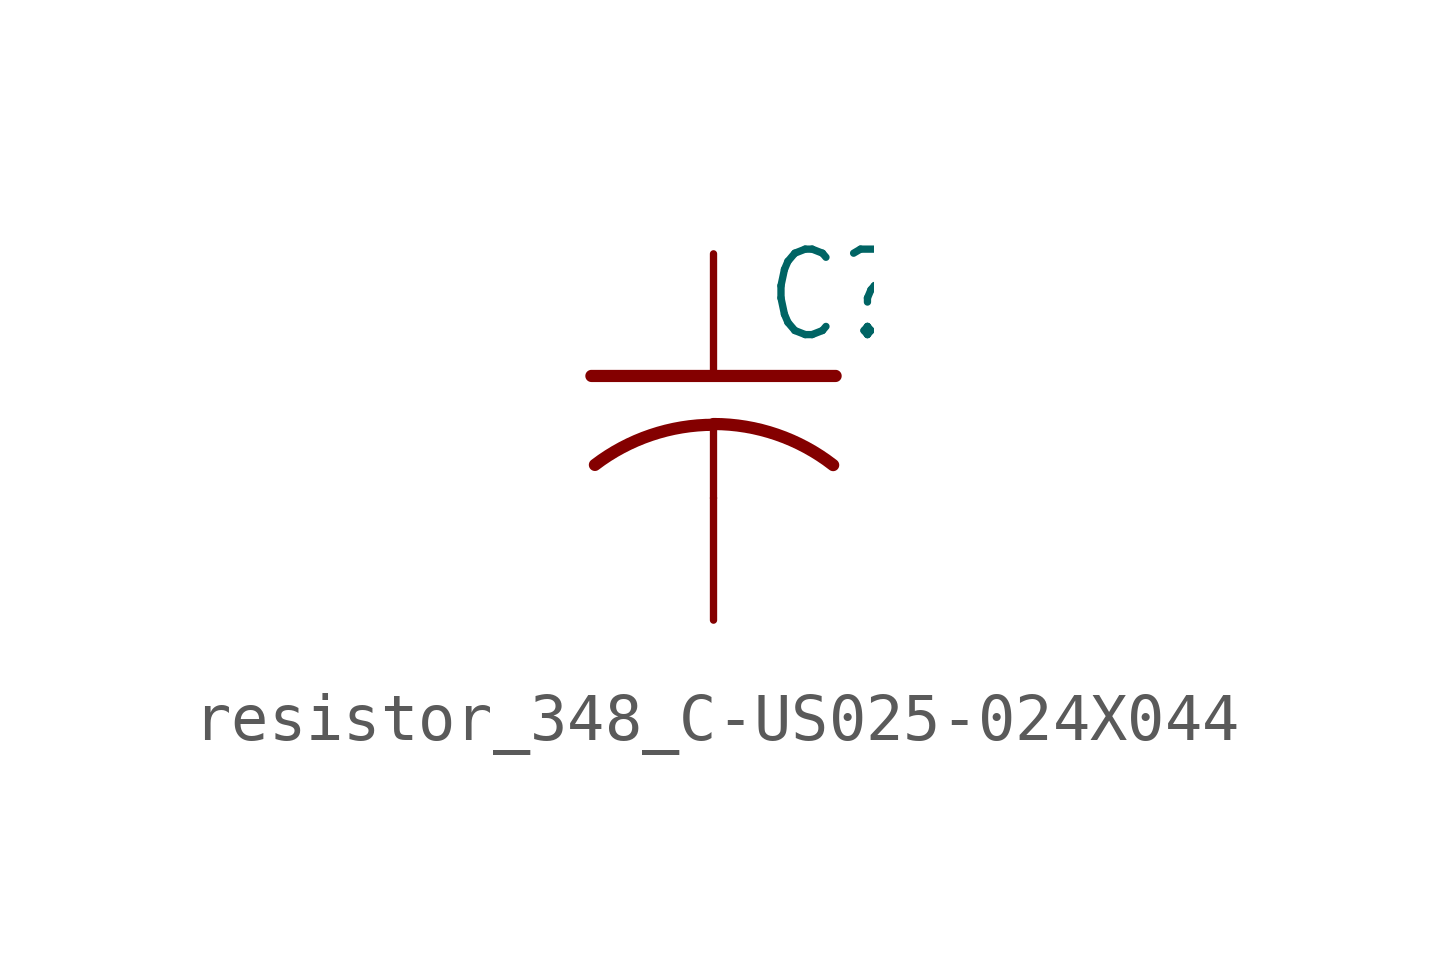
<source format=kicad_sym>
(kicad_symbol_lib
  (version 20241209)
  (generator "kicad_symbol_editor")
  (generator_version "9.0")
  (symbol "resistor_348_C-US025-024X044"
    (property "Reference" "C"
      (at 1.016 0.635 0)
      (effects (font (size 1.778 1.511)) (justify left bottom)))
    (property "Value" ""
      (at 1.016 -4.191 0)
      (effects (font (size 1.778 1.511)) (justify left bottom)))
    (property "ki_locked" ""
      (at 0 0 0)
      (effects (font (size 1.27 1.27))))
    (symbol "resistor_348_C-US025-024X044_1_0"
      (polyline (pts (xy -2.54 0) (xy 2.54 0)) (stroke (width 0.254) (type solid)) (fill (type none)))
      (polyline (pts (xy 0 -1.016) (xy 0 -2.54)) (stroke (width 0.152) (type solid)) (fill (type none)))
      (arc (start 0 -1) (mid 1.3158 -1.2195) (end 2.4892 -1.8541) (stroke (width 0.254) (type solid)) (fill (type none)))
      (arc (start -2.4668 -1.8504) (mid -1.302 -1.2303) (end 0 -1.0161) (stroke (width 0.254) (type solid)) (fill (type none)))
      (pin passive line (at 0 2.54 270) (length 2.54) (name "1" (effects (font (size 0 0)))) (number "1" (effects (font (size 0 0)))))
      (pin passive line (at 0 -5.08 90) (length 2.54) (name "2" (effects (font (size 0 0)))) (number "2" (effects (font (size 0 0))))))))
</source>
